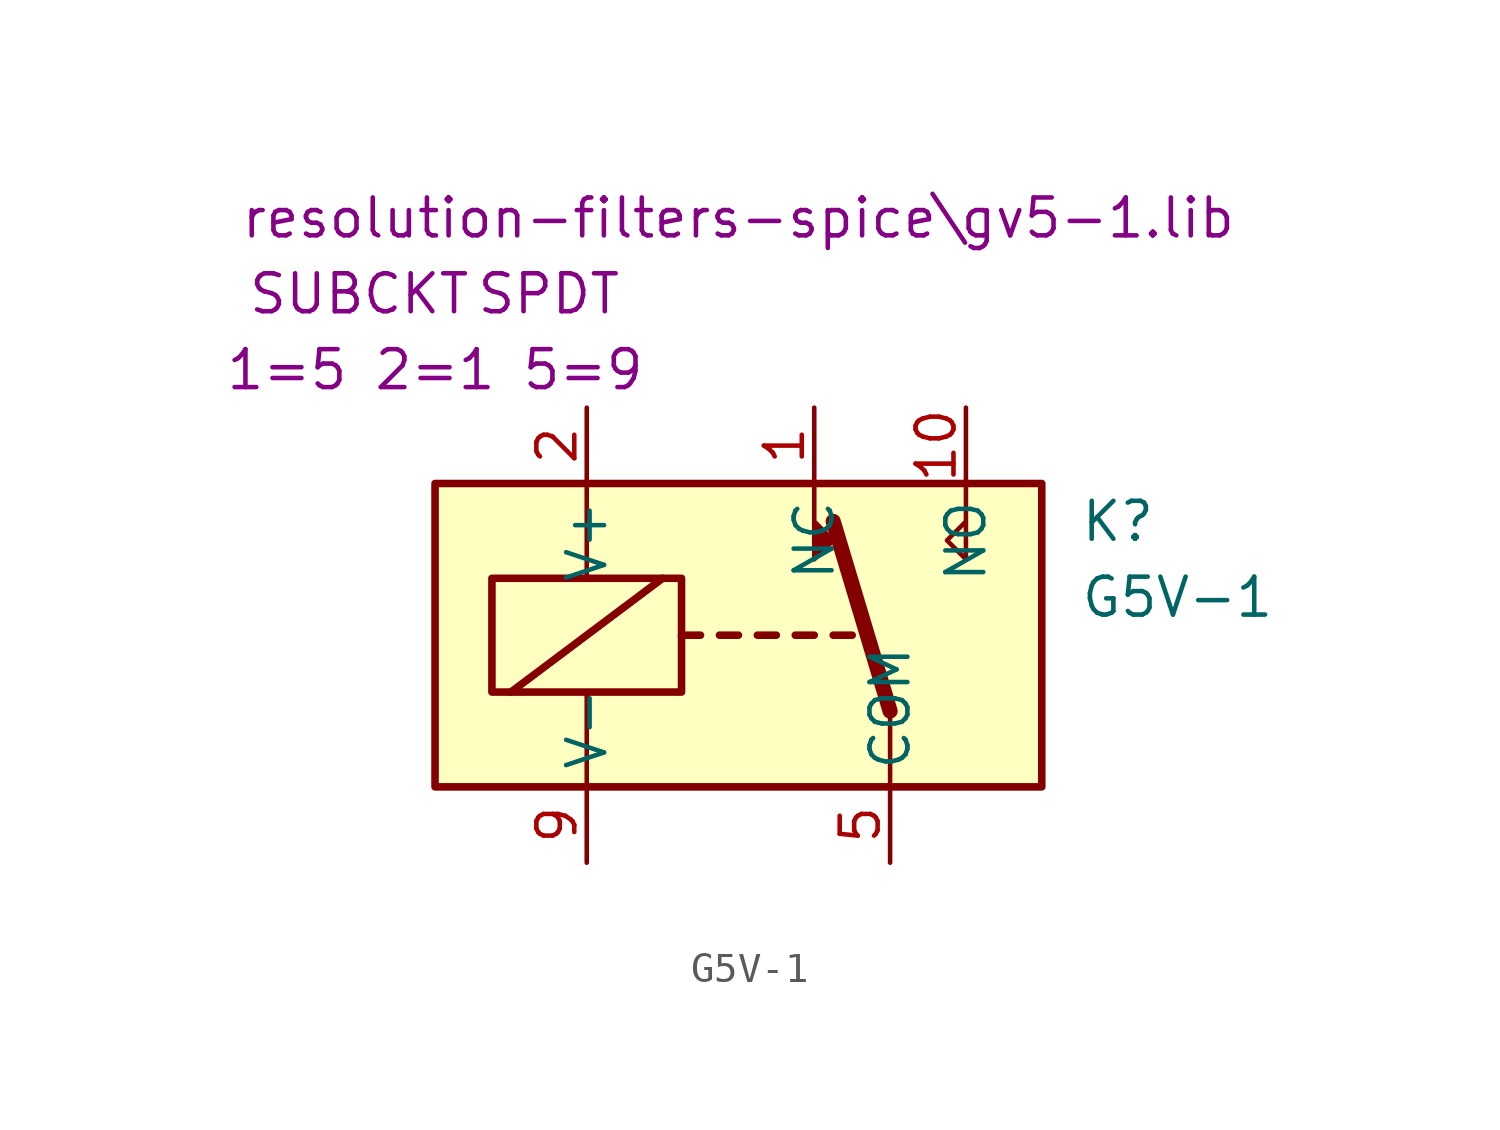
<source format=kicad_sym>
(kicad_symbol_lib
  (version 20220914)
  (generator kicad_symbol_editor)
  (symbol "G5V-1"
    (property "Reference" "K"
      (at 11.43 3.81 0)
      (effects (font (size 1.27 1.27)) (justify left)))
    (property "Value" "G5V-1"
      (at 11.43 1.27 0)
      (effects (font (size 1.27 1.27)) (justify left)))
    (property "Sim.Name" "SPDT"
      (at -6.35 11.43 0)
      (effects (font (size 1.27 1.27))))
    (property "Sim.Library" "resolution-filters-spice\\gv5-1.lib"
      (at 0 13.97 0)
      (effects (font (size 1.27 1.27))))
    (property "Sim.Device" "SUBCKT"
      (at -12.7 11.43 0)
      (effects (font (size 1.27 1.27))))
    (property "Sim.Pins" "1=5 2=1 5=9"
      (at -10.16 8.89 0)
      (effects (font (size 1.27 1.27))))
    (symbol "G5V-1_0_0"
      (polyline (pts (xy 7.62 5.08) (xy 7.62 2.54) (xy 6.985 3.175) (xy 7.62 3.81)) (stroke (width 0) (type default)) (fill (type none))))
    (symbol "G5V-1_0_1"
      (rectangle (start -10.16 5.08) (end 10.16 -5.08) (stroke (width 0.254) (type default)) (fill (type background)))
      (rectangle (start -8.255 1.905) (end -1.905 -1.905) (stroke (width 0.254) (type default)) (fill (type none)))
      (polyline (pts (xy -7.62 -1.905) (xy -2.54 1.905)) (stroke (width 0.254) (type default)) (fill (type none)))
      (polyline (pts (xy -5.08 -5.08) (xy -5.08 -1.905)) (stroke (width 0) (type default)) (fill (type none)))
      (polyline (pts (xy -5.08 5.08) (xy -5.08 1.905)) (stroke (width 0) (type default)) (fill (type none)))
      (polyline (pts (xy -1.905 0) (xy -1.27 0)) (stroke (width 0.254) (type default)) (fill (type none)))
      (polyline (pts (xy -0.635 0) (xy 0 0)) (stroke (width 0.254) (type default)) (fill (type none)))
      (polyline (pts (xy 0.635 0) (xy 1.27 0)) (stroke (width 0.254) (type default)) (fill (type none)))
      (polyline (pts (xy 1.905 0) (xy 2.54 0)) (stroke (width 0.254) (type default)) (fill (type none)))
      (polyline (pts (xy 3.175 0) (xy 3.81 0)) (stroke (width 0.254) (type default)) (fill (type none)))
      (polyline (pts (xy 5.08 -2.54) (xy 3.175 3.81)) (stroke (width 0.508) (type default)) (fill (type none)))
      (polyline (pts (xy 5.08 -2.54) (xy 5.08 -5.08)) (stroke (width 0) (type default)) (fill (type none)))
      (polyline (pts (xy 2.54 5.08) (xy 2.54 2.54) (xy 3.175 3.175) (xy 2.54 3.81)) (stroke (width 0) (type default)) (fill (type outline))))
    (symbol "G5V-1_1_1"
      (pin passive line (at 2.54 7.62 270) (length 2.54) (name "NC" (effects (font (size 1.27 1.27)))) (number "1" (effects (font (size 1.27 1.27)))))
      (pin passive line (at 7.62 7.62 270) (length 2.54) (name "NO" (effects (font (size 1.27 1.27)))) (number "10" (effects (font (size 1.27 1.27)))))
      (pin passive line (at -5.08 7.62 270) (length 2.54) (name "V+" (effects (font (size 1.27 1.27)))) (number "2" (effects (font (size 1.27 1.27)))))
      (pin passive line (at 5.08 -7.62 90) (length 2.54) (name "COM" (effects (font (size 1.27 1.27)))) (number "5" (effects (font (size 1.27 1.27)))))
      (pin passive line (at 7.62 -7.62 90) (length 2.54) hide (name "COM" (effects (font (size 1.27 1.27)))) (number "6" (effects (font (size 1.27 1.27)))))
      (pin passive line (at -5.08 -7.62 90) (length 2.54) (name "V-" (effects (font (size 1.27 1.27)))) (number "9" (effects (font (size 1.27 1.27))))))))
</source>
